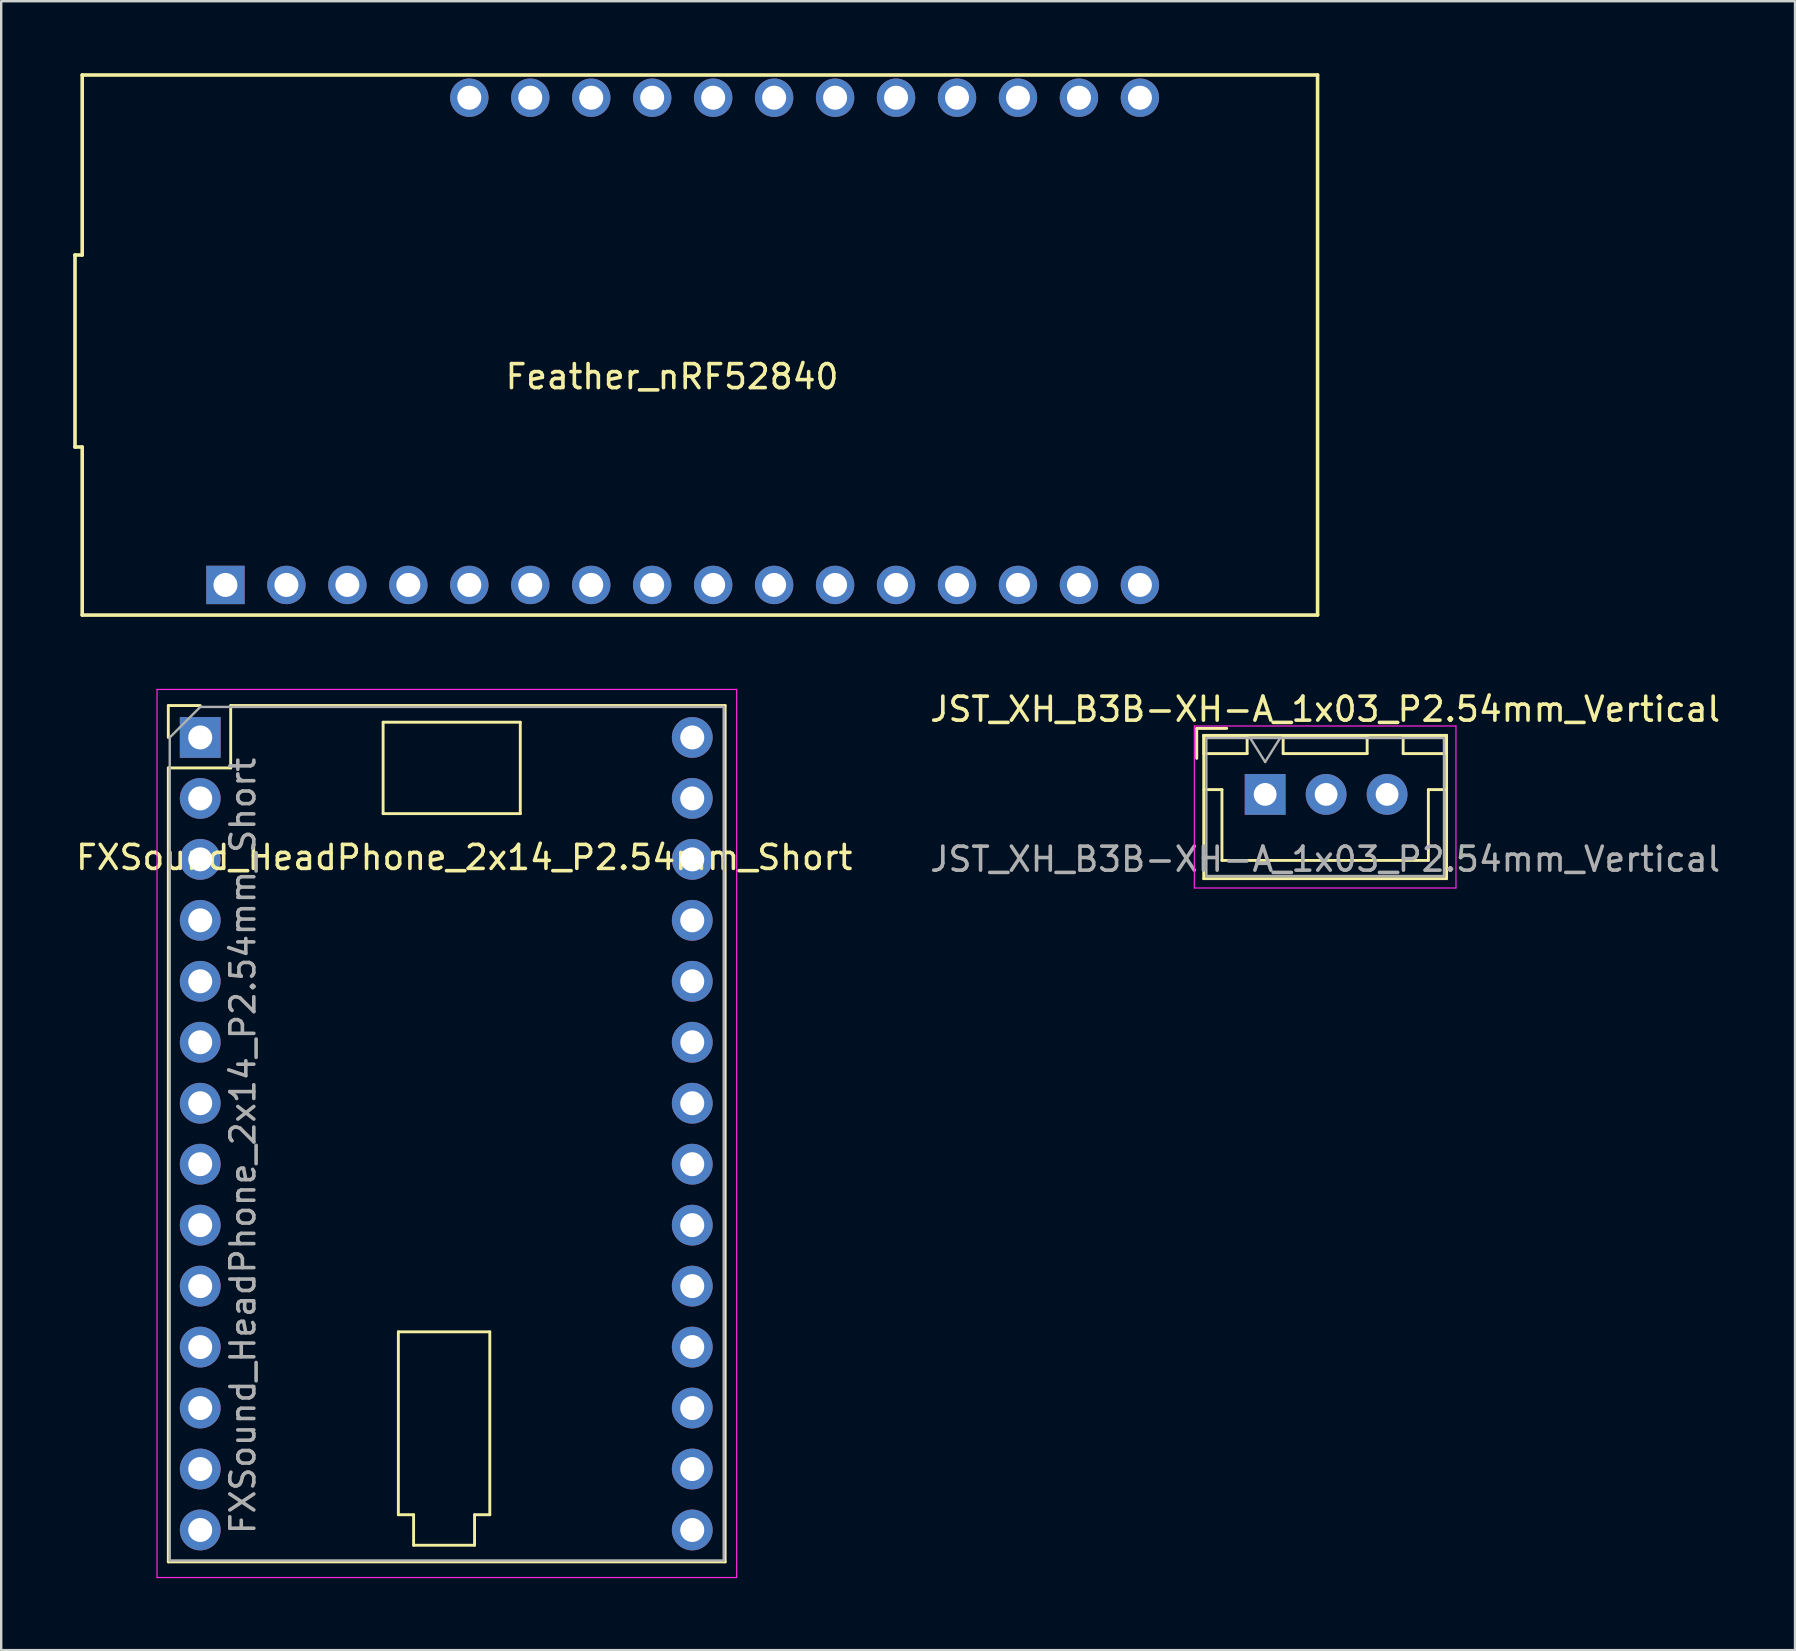
<source format=kicad_pcb>
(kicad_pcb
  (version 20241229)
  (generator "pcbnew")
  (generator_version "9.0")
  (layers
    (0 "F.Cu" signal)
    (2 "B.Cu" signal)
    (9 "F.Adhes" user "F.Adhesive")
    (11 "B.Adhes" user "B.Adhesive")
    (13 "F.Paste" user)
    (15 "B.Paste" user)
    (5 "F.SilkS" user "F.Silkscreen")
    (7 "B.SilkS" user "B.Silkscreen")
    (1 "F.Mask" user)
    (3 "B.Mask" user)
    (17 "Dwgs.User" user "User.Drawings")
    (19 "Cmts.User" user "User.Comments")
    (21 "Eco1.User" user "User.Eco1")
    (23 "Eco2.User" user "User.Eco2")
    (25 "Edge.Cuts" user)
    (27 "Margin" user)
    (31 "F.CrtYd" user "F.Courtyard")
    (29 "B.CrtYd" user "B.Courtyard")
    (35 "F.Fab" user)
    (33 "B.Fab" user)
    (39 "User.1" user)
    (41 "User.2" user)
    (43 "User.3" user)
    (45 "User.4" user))
  (footprint "JST_XH_B3B-XH-A_1x03_P2.54mm_Vertical"
    (layer "F.Cu")
    (at 49.661 30.048)
    (property "Reference" "JST_XH_B3B-XH-A_1x03_P2.54mm_Vertical" (at 2.5 -3.55 0) (layer "F.SilkS") (effects (font (size 1 1) (thickness 0.15))))
    (attr through_hole)
    (fp_line (start -2.85 -2.75) (end -2.85 -1.5) (stroke (width 0.12) (type solid)) (layer "F.SilkS"))
    (fp_line (start -2.56 -2.46) (end -2.56 3.51) (stroke (width 0.12) (type solid)) (layer "F.SilkS"))
    (fp_line (start -2.56 3.51) (end 7.56 3.51) (stroke (width 0.12) (type solid)) (layer "F.SilkS"))
    (fp_line (start -2.55 -2.45) (end -2.55 -1.7) (stroke (width 0.12) (type solid)) (layer "F.SilkS"))
    (fp_line (start -2.55 -1.7) (end -0.75 -1.7) (stroke (width 0.12) (type solid)) (layer "F.SilkS"))
    (fp_line (start -2.55 -0.2) (end -1.8 -0.2) (stroke (width 0.12) (type solid)) (layer "F.SilkS"))
    (fp_line (start -1.8 -0.2) (end -1.8 2.75) (stroke (width 0.12) (type solid)) (layer "F.SilkS"))
    (fp_line (start -1.8 2.75) (end 2.5 2.75) (stroke (width 0.12) (type solid)) (layer "F.SilkS"))
    (fp_line (start -1.6 -2.75) (end -2.85 -2.75) (stroke (width 0.12) (type solid)) (layer "F.SilkS"))
    (fp_line (start -0.75 -2.45) (end -2.55 -2.45) (stroke (width 0.12) (type solid)) (layer "F.SilkS"))
    (fp_line (start -0.75 -1.7) (end -0.75 -2.45) (stroke (width 0.12) (type solid)) (layer "F.SilkS"))
    (fp_line (start 0.75 -2.45) (end 0.75 -1.7) (stroke (width 0.12) (type solid)) (layer "F.SilkS"))
    (fp_line (start 0.75 -1.7) (end 4.25 -1.7) (stroke (width 0.12) (type solid)) (layer "F.SilkS"))
    (fp_line (start 4.25 -2.45) (end 0.75 -2.45) (stroke (width 0.12) (type solid)) (layer "F.SilkS"))
    (fp_line (start 4.25 -1.7) (end 4.25 -2.45) (stroke (width 0.12) (type solid)) (layer "F.SilkS"))
    (fp_line (start 5.75 -2.45) (end 5.75 -1.7) (stroke (width 0.12) (type solid)) (layer "F.SilkS"))
    (fp_line (start 5.75 -1.7) (end 7.55 -1.7) (stroke (width 0.12) (type solid)) (layer "F.SilkS"))
    (fp_line (start 6.8 -0.2) (end 6.8 2.75) (stroke (width 0.12) (type solid)) (layer "F.SilkS"))
    (fp_line (start 6.8 2.75) (end 2.5 2.75) (stroke (width 0.12) (type solid)) (layer "F.SilkS"))
    (fp_line (start 7.55 -2.45) (end 5.75 -2.45) (stroke (width 0.12) (type solid)) (layer "F.SilkS"))
    (fp_line (start 7.55 -1.7) (end 7.55 -2.45) (stroke (width 0.12) (type solid)) (layer "F.SilkS"))
    (fp_line (start 7.55 -0.2) (end 6.8 -0.2) (stroke (width 0.12) (type solid)) (layer "F.SilkS"))
    (fp_line (start 7.56 -2.46) (end -2.56 -2.46) (stroke (width 0.12) (type solid)) (layer "F.SilkS"))
    (fp_line (start 7.56 3.51) (end 7.56 -2.46) (stroke (width 0.12) (type solid)) (layer "F.SilkS"))
    (fp_line (start -2.95 -2.85) (end -2.95 3.9) (stroke (width 0.05) (type solid)) (layer "F.CrtYd"))
    (fp_line (start -2.95 3.9) (end 7.95 3.9) (stroke (width 0.05) (type solid)) (layer "F.CrtYd"))
    (fp_line (start 7.95 -2.85) (end -2.95 -2.85) (stroke (width 0.05) (type solid)) (layer "F.CrtYd"))
    (fp_line (start 7.95 3.9) (end 7.95 -2.85) (stroke (width 0.05) (type solid)) (layer "F.CrtYd"))
    (fp_line (start -2.45 -2.35) (end -2.45 3.4) (stroke (width 0.1) (type solid)) (layer "F.Fab"))
    (fp_line (start -2.45 3.4) (end 7.45 3.4) (stroke (width 0.1) (type solid)) (layer "F.Fab"))
    (fp_line (start -0.625 -2.35) (end 0 -1.35) (stroke (width 0.1) (type solid)) (layer "F.Fab"))
    (fp_line (start 0 -1.35) (end 0.625 -2.35) (stroke (width 0.1) (type solid)) (layer "F.Fab"))
    (fp_line (start 7.45 -2.35) (end -2.45 -2.35) (stroke (width 0.1) (type solid)) (layer "F.Fab"))
    (fp_line (start 7.45 3.4) (end 7.45 -2.35) (stroke (width 0.1) (type solid)) (layer "F.Fab"))
    (fp_text user "${REFERENCE}" (at 2.5 2.7 0) (layer "F.Fab") (effects (font (size 1 1) (thickness 0.15))))
    (pad "1" thru_hole rect (at 0 0) (size 1.7 1.7) (drill 0.95) (layers "*.Cu" "*.Mask"))
    (pad "2" thru_hole oval (at 2.54 0) (size 1.7 1.7) (drill 0.95) (layers "*.Cu" "*.Mask"))
    (pad "3" thru_hole oval (at 5.08 0) (size 1.7 1.7) (drill 0.95) (layers "*.Cu" "*.Mask")))
  (footprint "FXSound_HeadPhone_2x14_P2.54mm_Short"
    (layer "F.Cu")
    (at 5.292 27.675)
    (property "Reference" "FXSound_HeadPhone_2x14_P2.54mm_Short" (at 11 5 0) (layer "F.SilkS") (effects (font (size 1 1) (thickness 0.15))))
    (attr through_hole)
    (fp_line (start -1.33 -1.33) (end 0 -1.33) (stroke (width 0.12) (type solid)) (layer "F.SilkS"))
    (fp_line (start -1.33 0) (end -1.33 -1.33) (stroke (width 0.12) (type solid)) (layer "F.SilkS"))
    (fp_line (start -1.33 1.27) (end -1.33 34.35) (stroke (width 0.12) (type solid)) (layer "F.SilkS"))
    (fp_line (start -1.33 1.27) (end 1.27 1.27) (stroke (width 0.12) (type solid)) (layer "F.SilkS"))
    (fp_line (start -1.33 34.35) (end 21.87 34.35) (stroke (width 0.12) (type solid)) (layer "F.SilkS"))
    (fp_line (start 1.27 -1.33) (end 21.87 -1.33) (stroke (width 0.12) (type solid)) (layer "F.SilkS"))
    (fp_line (start 1.27 1.27) (end 1.27 -1.33) (stroke (width 0.12) (type solid)) (layer "F.SilkS"))
    (fp_line (start 7.62 -0.635) (end 13.335 -0.635) (stroke (width 0.12) (type solid)) (layer "F.SilkS"))
    (fp_line (start 7.62 3.175) (end 7.62 -0.635) (stroke (width 0.12) (type solid)) (layer "F.SilkS"))
    (fp_line (start 8.255 24.765) (end 8.255 32.385) (stroke (width 0.12) (type solid)) (layer "F.SilkS"))
    (fp_line (start 8.255 24.765) (end 12.065 24.765) (stroke (width 0.12) (type solid)) (layer "F.SilkS"))
    (fp_line (start 8.255 32.385) (end 8.89 32.385) (stroke (width 0.12) (type solid)) (layer "F.SilkS"))
    (fp_line (start 8.89 32.385) (end 8.89 33.655) (stroke (width 0.12) (type solid)) (layer "F.SilkS"))
    (fp_line (start 8.89 33.655) (end 11.43 33.655) (stroke (width 0.12) (type solid)) (layer "F.SilkS"))
    (fp_line (start 11.43 32.385) (end 11.43 33.655) (stroke (width 0.12) (type solid)) (layer "F.SilkS"))
    (fp_line (start 11.43 32.385) (end 12.065 32.385) (stroke (width 0.12) (type solid)) (layer "F.SilkS"))
    (fp_line (start 12.065 24.765) (end 12.065 32.385) (stroke (width 0.12) (type solid)) (layer "F.SilkS"))
    (fp_line (start 13.335 -0.635) (end 13.335 3.175) (stroke (width 0.12) (type solid)) (layer "F.SilkS"))
    (fp_line (start 13.335 3.175) (end 7.62 3.175) (stroke (width 0.12) (type solid)) (layer "F.SilkS"))
    (fp_line (start 21.87 -1.33) (end 21.87 34.35) (stroke (width 0.12) (type solid)) (layer "F.SilkS"))
    (fp_line (start -1.8 -2) (end -1.8 35) (stroke (width 0.05) (type solid)) (layer "F.CrtYd"))
    (fp_line (start -1.8 35) (end 22.35 35) (stroke (width 0.05) (type solid)) (layer "F.CrtYd"))
    (fp_line (start 22.35 -2) (end -1.8 -2) (stroke (width 0.05) (type solid)) (layer "F.CrtYd"))
    (fp_line (start 22.35 35) (end 22.35 -2) (stroke (width 0.05) (type solid)) (layer "F.CrtYd"))
    (fp_line (start -1.27 0) (end 0 -1.27) (stroke (width 0.1) (type solid)) (layer "F.Fab"))
    (fp_line (start -1.27 34.29) (end -1.27 0) (stroke (width 0.1) (type solid)) (layer "F.Fab"))
    (fp_line (start 0 -1.27) (end 21.81 -1.27) (stroke (width 0.1) (type solid)) (layer "F.Fab"))
    (fp_line (start 21.81 -1.27) (end 21.81 34.29) (stroke (width 0.1) (type solid)) (layer "F.Fab"))
    (fp_line (start 21.81 34.29) (end -1.27 34.29) (stroke (width 0.1) (type solid)) (layer "F.Fab"))
    (fp_text user "${REFERENCE}" (at 1.778 17.018 90) (layer "F.Fab") (effects (font (size 1 1) (thickness 0.15))))
    (pad "1" thru_hole rect (at 0 0) (size 1.7 1.7) (drill 1) (layers "*.Cu" "*.Mask"))
    (pad "2" thru_hole oval (at 20.5 0) (size 1.7 1.7) (drill 1) (layers "*.Cu" "*.Mask"))
    (pad "3" thru_hole oval (at 0 2.54) (size 1.7 1.7) (drill 1) (layers "*.Cu" "*.Mask"))
    (pad "4" thru_hole oval (at 20.5 2.54) (size 1.7 1.7) (drill 1) (layers "*.Cu" "*.Mask"))
    (pad "5" thru_hole oval (at 0 5.08) (size 1.7 1.7) (drill 1) (layers "*.Cu" "*.Mask"))
    (pad "6" thru_hole oval (at 20.5 5.08) (size 1.7 1.7) (drill 1) (layers "*.Cu" "*.Mask"))
    (pad "7" thru_hole oval (at 0 7.62) (size 1.7 1.7) (drill 1) (layers "*.Cu" "*.Mask"))
    (pad "8" thru_hole oval (at 20.5 7.62) (size 1.7 1.7) (drill 1) (layers "*.Cu" "*.Mask"))
    (pad "9" thru_hole oval (at 0 10.16) (size 1.7 1.7) (drill 1) (layers "*.Cu" "*.Mask"))
    (pad "10" thru_hole oval (at 20.5 10.16) (size 1.7 1.7) (drill 1) (layers "*.Cu" "*.Mask"))
    (pad "11" thru_hole oval (at 0 12.7) (size 1.7 1.7) (drill 1) (layers "*.Cu" "*.Mask"))
    (pad "12" thru_hole oval (at 20.5 12.7) (size 1.7 1.7) (drill 1) (layers "*.Cu" "*.Mask"))
    (pad "13" thru_hole oval (at 0 15.24) (size 1.7 1.7) (drill 1) (layers "*.Cu" "*.Mask"))
    (pad "14" thru_hole oval (at 20.5 15.24) (size 1.7 1.7) (drill 1) (layers "*.Cu" "*.Mask"))
    (pad "15" thru_hole oval (at 0 17.78) (size 1.7 1.7) (drill 1) (layers "*.Cu" "*.Mask"))
    (pad "16" thru_hole oval (at 20.5 17.78) (size 1.7 1.7) (drill 1) (layers "*.Cu" "*.Mask"))
    (pad "17" thru_hole oval (at 0 20.32) (size 1.7 1.7) (drill 1) (layers "*.Cu" "*.Mask"))
    (pad "18" thru_hole oval (at 20.5 20.32) (size 1.7 1.7) (drill 1) (layers "*.Cu" "*.Mask"))
    (pad "19" thru_hole oval (at 0 22.86) (size 1.7 1.7) (drill 1) (layers "*.Cu" "*.Mask"))
    (pad "20" thru_hole oval (at 20.5 22.86) (size 1.7 1.7) (drill 1) (layers "*.Cu" "*.Mask"))
    (pad "21" thru_hole oval (at 0 25.4) (size 1.7 1.7) (drill 1) (layers "*.Cu" "*.Mask"))
    (pad "22" thru_hole oval (at 20.5 25.4) (size 1.7 1.7) (drill 1) (layers "*.Cu" "*.Mask"))
    (pad "23" thru_hole oval (at 0 27.94) (size 1.7 1.7) (drill 1) (layers "*.Cu" "*.Mask"))
    (pad "24" thru_hole oval (at 20.5 27.94) (size 1.7 1.7) (drill 1) (layers "*.Cu" "*.Mask"))
    (pad "25" thru_hole oval (at 0 30.48) (size 1.7 1.7) (drill 1) (layers "*.Cu" "*.Mask"))
    (pad "26" thru_hole oval (at 20.5 30.48) (size 1.7 1.7) (drill 1) (layers "*.Cu" "*.Mask"))
    (pad "27" thru_hole oval (at 0 33.02) (size 1.7 1.7) (drill 1) (layers "*.Cu" "*.Mask"))
    (pad "28" thru_hole oval (at 20.5 33.02) (size 1.7 1.7) (drill 1) (layers "*.Cu" "*.Mask")))
  (footprint "Feather_nRF52840"
    (layer "F.Cu")
    (at 24.984 11.189)
    (property "Reference" "Feather_nRF52840" (at -0.033 1.455 0) (layer "F.SilkS") (effects (font (size 1 1) (thickness 0.15))))
    (attr through_hole)
    (fp_line (start -24.909 -3.614) (end -24.909 4.386) (stroke (width 0.15) (type solid)) (layer "F.SilkS"))
    (fp_line (start -24.609 -3.614) (end -24.909 -3.614) (stroke (width 0.15) (type solid)) (layer "F.SilkS"))
    (fp_line (start -24.609 -3.614) (end -24.609 -11.114) (stroke (width 0.15) (type solid)) (layer "F.SilkS"))
    (fp_line (start -24.609 4.386) (end -24.909 4.386) (stroke (width 0.15) (type solid)) (layer "F.SilkS"))
    (fp_line (start -24.609 11.386) (end -24.609 4.386) (stroke (width 0.15) (type solid)) (layer "F.SilkS"))
    (fp_line (start 26.861 -11.114) (end -24.609 -11.114) (stroke (width 0.15) (type solid)) (layer "F.SilkS"))
    (fp_line (start 26.861 11.386) (end -24.609 11.386) (stroke (width 0.15) (type solid)) (layer "F.SilkS"))
    (fp_line (start 26.861 11.386) (end 26.861 -11.114) (stroke (width 0.15) (type solid)) (layer "F.SilkS"))
    (pad "1" thru_hole rect (at -18.641 10.132) (size 1.6 1.6) (drill 1) (layers "*.Cu" "*.Mask"))
    (pad "2" thru_hole circle (at -16.101 10.132) (size 1.6 1.6) (drill 1) (layers "*.Cu" "*.Mask"))
    (pad "3" thru_hole circle (at -13.561 10.132) (size 1.6 1.6) (drill 1) (layers "*.Cu" "*.Mask"))
    (pad "4" thru_hole circle (at -11.021 10.132) (size 1.6 1.6) (drill 1) (layers "*.Cu" "*.Mask"))
    (pad "5" thru_hole circle (at -8.481 10.132) (size 1.6 1.6) (drill 1) (layers "*.Cu" "*.Mask"))
    (pad "6" thru_hole circle (at -5.941 10.132) (size 1.6 1.6) (drill 1) (layers "*.Cu" "*.Mask"))
    (pad "7" thru_hole circle (at -3.401 10.132) (size 1.6 1.6) (drill 1) (layers "*.Cu" "*.Mask"))
    (pad "8" thru_hole circle (at -0.861 10.132) (size 1.6 1.6) (drill 1) (layers "*.Cu" "*.Mask"))
    (pad "9" thru_hole circle (at 1.679 10.132) (size 1.6 1.6) (drill 1) (layers "*.Cu" "*.Mask"))
    (pad "10" thru_hole circle (at 4.219 10.132) (size 1.6 1.6) (drill 1) (layers "*.Cu" "*.Mask"))
    (pad "11" thru_hole circle (at 6.759 10.132) (size 1.6 1.6) (drill 1) (layers "*.Cu" "*.Mask"))
    (pad "12" thru_hole circle (at 9.299 10.132) (size 1.6 1.6) (drill 1) (layers "*.Cu" "*.Mask"))
    (pad "13" thru_hole circle (at 11.839 10.132) (size 1.6 1.6) (drill 1) (layers "*.Cu" "*.Mask"))
    (pad "14" thru_hole circle (at 14.379 10.132) (size 1.6 1.6) (drill 1) (layers "*.Cu" "*.Mask"))
    (pad "15" thru_hole circle (at 16.919 10.132) (size 1.6 1.6) (drill 1) (layers "*.Cu" "*.Mask"))
    (pad "16" thru_hole circle (at 19.459 10.132) (size 1.6 1.6) (drill 1) (layers "*.Cu" "*.Mask"))
    (pad "17" thru_hole circle (at 19.459 -10.168) (size 1.6 1.6) (drill 1) (layers "*.Cu" "*.Mask"))
    (pad "18" thru_hole circle (at 16.919 -10.168) (size 1.6 1.6) (drill 1) (layers "*.Cu" "*.Mask"))
    (pad "19" thru_hole circle (at 14.379 -10.168) (size 1.6 1.6) (drill 1) (layers "*.Cu" "*.Mask"))
    (pad "20" thru_hole circle (at 11.839 -10.168) (size 1.6 1.6) (drill 1) (layers "*.Cu" "*.Mask"))
    (pad "21" thru_hole circle (at 9.299 -10.168) (size 1.6 1.6) (drill 1) (layers "*.Cu" "*.Mask"))
    (pad "22" thru_hole circle (at 6.759 -10.168) (size 1.6 1.6) (drill 1) (layers "*.Cu" "*.Mask"))
    (pad "23" thru_hole circle (at 4.219 -10.168) (size 1.6 1.6) (drill 1) (layers "*.Cu" "*.Mask"))
    (pad "24" thru_hole circle (at 1.679 -10.168) (size 1.6 1.6) (drill 1) (layers "*.Cu" "*.Mask"))
    (pad "25" thru_hole circle (at -0.861 -10.168) (size 1.6 1.6) (drill 1) (layers "*.Cu" "*.Mask"))
    (pad "26" thru_hole circle (at -3.401 -10.168) (size 1.6 1.6) (drill 1) (layers "*.Cu" "*.Mask"))
    (pad "27" thru_hole circle (at -5.941 -10.168) (size 1.6 1.6) (drill 1) (layers "*.Cu" "*.Mask"))
    (pad "28" thru_hole circle (at -8.481 -10.168) (size 1.6 1.6) (drill 1) (layers "*.Cu" "*.Mask")))
  (gr_rect
    (start -3 -3)
    (end 71.738 65.7)
    (stroke (width 0.1) (type default))
    (fill no)
    (layer "Edge.Cuts")))
</source>
